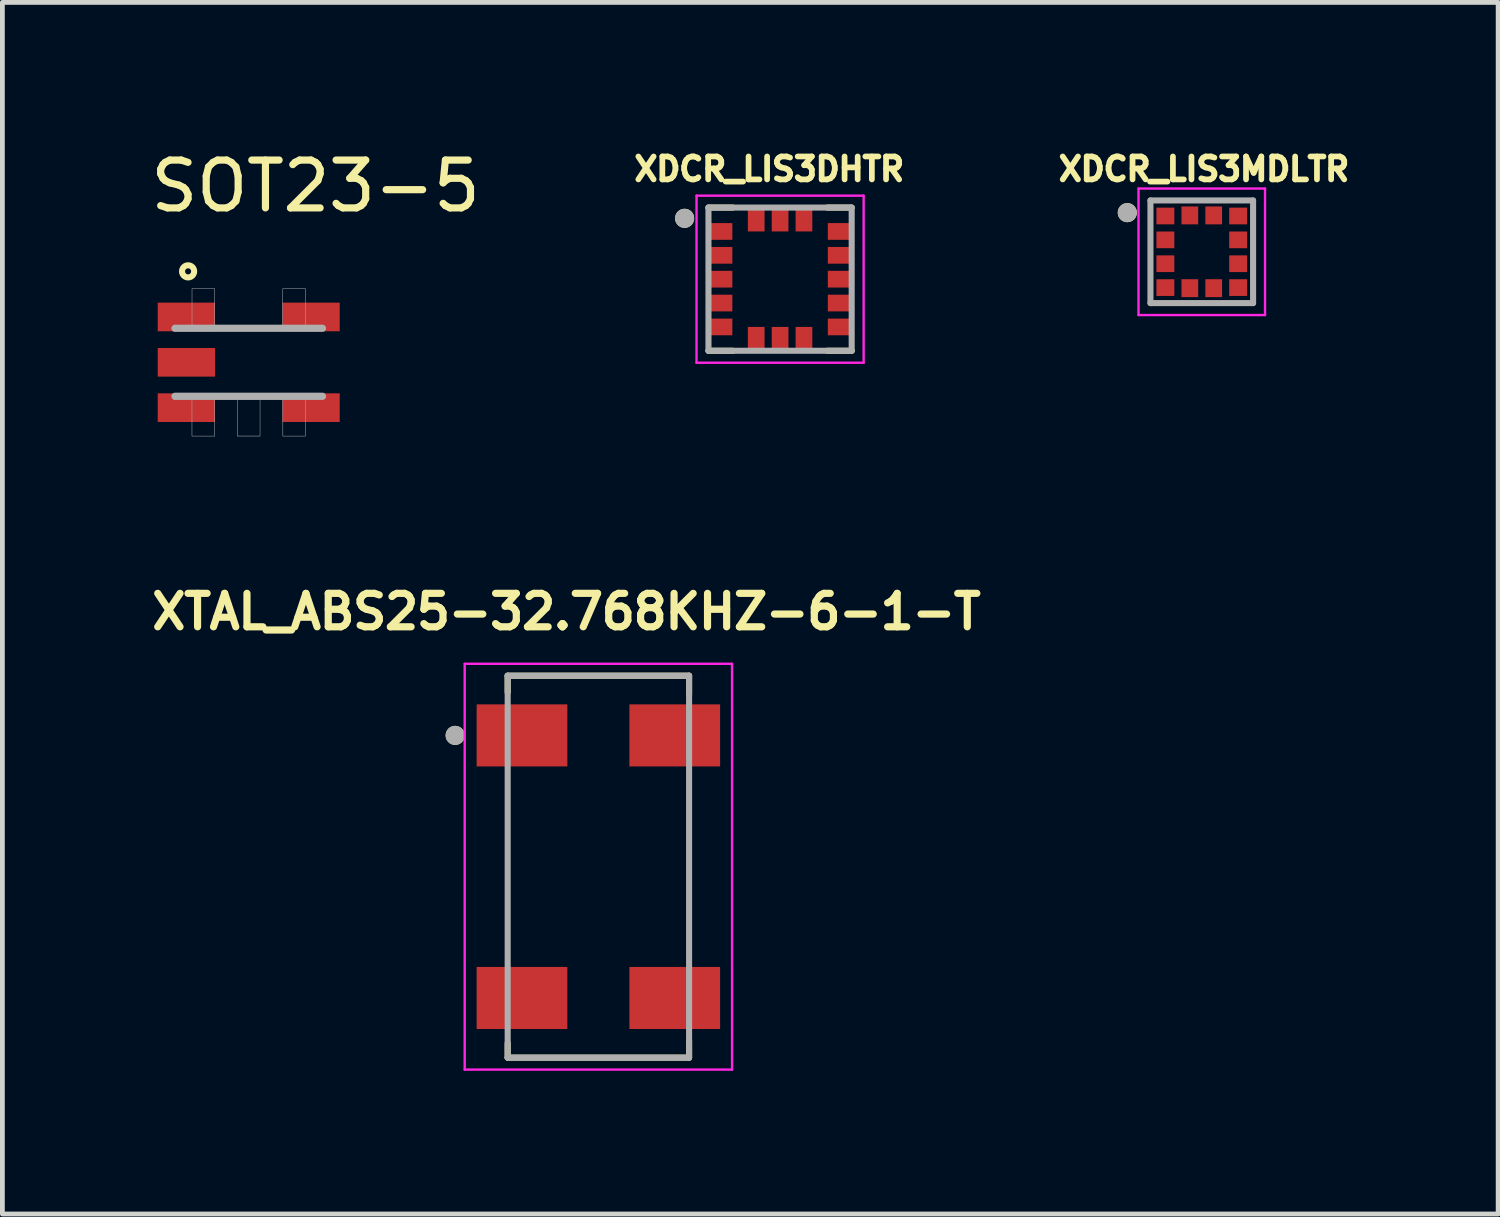
<source format=kicad_pcb>
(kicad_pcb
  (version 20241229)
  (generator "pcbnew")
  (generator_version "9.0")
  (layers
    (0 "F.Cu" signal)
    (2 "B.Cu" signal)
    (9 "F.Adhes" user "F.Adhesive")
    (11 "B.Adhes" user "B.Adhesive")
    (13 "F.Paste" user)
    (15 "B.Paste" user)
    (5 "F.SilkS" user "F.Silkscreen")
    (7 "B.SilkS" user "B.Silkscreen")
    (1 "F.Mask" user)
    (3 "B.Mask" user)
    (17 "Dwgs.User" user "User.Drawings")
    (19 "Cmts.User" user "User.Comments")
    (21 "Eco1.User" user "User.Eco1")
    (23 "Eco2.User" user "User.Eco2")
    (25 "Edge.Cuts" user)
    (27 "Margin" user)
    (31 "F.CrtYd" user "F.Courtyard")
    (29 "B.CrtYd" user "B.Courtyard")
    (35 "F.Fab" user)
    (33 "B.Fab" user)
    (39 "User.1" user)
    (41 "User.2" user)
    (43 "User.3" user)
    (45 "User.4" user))
  (footprint "XDCR_LIS3DHTR"
    (layer "F.Cu")
    (at 13.29 2.798)
    (property "Reference" "XDCR_LIS3DHTR" (at -0.226 -2.306 0) (layer "F.SilkS") (effects (font (size 0.48 0.48) (thickness 0.15))))
    (attr through_hole)
    (fp_poly (pts (xy -1.5 -1.225) (xy -0.95 -1.225) (xy -0.95 -0.775) (xy -1.5 -0.775)) (stroke (width 0.01) (type solid)) (fill yes) (layer "F.Mask"))
    (fp_poly (pts (xy -1.5 -0.725) (xy -0.95 -0.725) (xy -0.95 -0.275) (xy -1.5 -0.275)) (stroke (width 0.01) (type solid)) (fill yes) (layer "F.Mask"))
    (fp_poly (pts (xy -1.5 -0.225) (xy -0.95 -0.225) (xy -0.95 0.225) (xy -1.5 0.225)) (stroke (width 0.01) (type solid)) (fill yes) (layer "F.Mask"))
    (fp_poly (pts (xy -1.5 0.275) (xy -0.95 0.275) (xy -0.95 0.725) (xy -1.5 0.725)) (stroke (width 0.01) (type solid)) (fill yes) (layer "F.Mask"))
    (fp_poly (pts (xy -1.5 0.775) (xy -0.95 0.775) (xy -0.95 1.225) (xy -1.5 1.225)) (stroke (width 0.01) (type solid)) (fill yes) (layer "F.Mask"))
    (fp_poly (pts (xy -0.775 -1.45) (xy -0.225 -1.45) (xy -0.225 -1) (xy -0.775 -1)) (stroke (width 0.01) (type solid)) (fill yes) (layer "F.Mask"))
    (fp_poly (pts (xy -0.775 1) (xy -0.225 1) (xy -0.225 1.45) (xy -0.775 1.45)) (stroke (width 0.01) (type solid)) (fill yes) (layer "F.Mask"))
    (fp_poly (pts (xy -0.275 -1.45) (xy 0.275 -1.45) (xy 0.275 -1) (xy -0.275 -1)) (stroke (width 0.01) (type solid)) (fill yes) (layer "F.Mask"))
    (fp_poly (pts (xy -0.275 1) (xy 0.275 1) (xy 0.275 1.45) (xy -0.275 1.45)) (stroke (width 0.01) (type solid)) (fill yes) (layer "F.Mask"))
    (fp_poly (pts (xy 0.225 -1.45) (xy 0.775 -1.45) (xy 0.775 -1) (xy 0.225 -1)) (stroke (width 0.01) (type solid)) (fill yes) (layer "F.Mask"))
    (fp_poly (pts (xy 0.225 1) (xy 0.775 1) (xy 0.775 1.45) (xy 0.225 1.45)) (stroke (width 0.01) (type solid)) (fill yes) (layer "F.Mask"))
    (fp_poly (pts (xy 0.95 -1.225) (xy 1.5 -1.225) (xy 1.5 -0.775) (xy 0.95 -0.775)) (stroke (width 0.01) (type solid)) (fill yes) (layer "F.Mask"))
    (fp_poly (pts (xy 0.95 -0.725) (xy 1.5 -0.725) (xy 1.5 -0.275) (xy 0.95 -0.275)) (stroke (width 0.01) (type solid)) (fill yes) (layer "F.Mask"))
    (fp_poly (pts (xy 0.95 -0.225) (xy 1.5 -0.225) (xy 1.5 0.225) (xy 0.95 0.225)) (stroke (width 0.01) (type solid)) (fill yes) (layer "F.Mask"))
    (fp_poly (pts (xy 0.95 0.275) (xy 1.5 0.275) (xy 1.5 0.725) (xy 0.95 0.725)) (stroke (width 0.01) (type solid)) (fill yes) (layer "F.Mask"))
    (fp_poly (pts (xy 0.95 0.775) (xy 1.5 0.775) (xy 1.5 1.225) (xy 0.95 1.225)) (stroke (width 0.01) (type solid)) (fill yes) (layer "F.Mask"))
    (fp_line (start -1.5 1.5) (end -0.99 1.5) (stroke (width 0.127) (type solid)) (layer "F.SilkS"))
    (fp_line (start -0.99 -1.5) (end -1.5 -1.5) (stroke (width 0.127) (type solid)) (layer "F.SilkS"))
    (fp_line (start 0.99 -1.5) (end 1.5 -1.5) (stroke (width 0.127) (type solid)) (layer "F.SilkS"))
    (fp_line (start 0.99 1.5) (end 1.5 1.5) (stroke (width 0.127) (type solid)) (layer "F.SilkS"))
    (fp_circle (center -2 -1.275) (end -1.9 -1.275) (stroke (width 0.2) (type solid)) (fill no) (layer "F.SilkS"))
    (fp_poly (pts (xy -1.405 -1.14) (xy -1.045 -1.14) (xy -1.045 -0.86) (xy -1.405 -0.86)) (stroke (width 0.01) (type solid)) (fill yes) (layer "F.Paste"))
    (fp_poly (pts (xy -1.405 -0.64) (xy -1.045 -0.64) (xy -1.045 -0.36) (xy -1.405 -0.36)) (stroke (width 0.01) (type solid)) (fill yes) (layer "F.Paste"))
    (fp_poly (pts (xy -1.405 -0.14) (xy -1.045 -0.14) (xy -1.045 0.14) (xy -1.405 0.14)) (stroke (width 0.01) (type solid)) (fill yes) (layer "F.Paste"))
    (fp_poly (pts (xy -1.405 0.36) (xy -1.045 0.36) (xy -1.045 0.64) (xy -1.405 0.64)) (stroke (width 0.01) (type solid)) (fill yes) (layer "F.Paste"))
    (fp_poly (pts (xy -1.405 0.86) (xy -1.045 0.86) (xy -1.045 1.14) (xy -1.405 1.14)) (stroke (width 0.01) (type solid)) (fill yes) (layer "F.Paste"))
    (fp_poly (pts (xy -0.68 -1.365) (xy -0.32 -1.365) (xy -0.32 -1.085) (xy -0.68 -1.085)) (stroke (width 0.01) (type solid)) (fill yes) (layer "F.Paste"))
    (fp_poly (pts (xy -0.68 1.085) (xy -0.32 1.085) (xy -0.32 1.365) (xy -0.68 1.365)) (stroke (width 0.01) (type solid)) (fill yes) (layer "F.Paste"))
    (fp_poly (pts (xy -0.18 -1.365) (xy 0.18 -1.365) (xy 0.18 -1.085) (xy -0.18 -1.085)) (stroke (width 0.01) (type solid)) (fill yes) (layer "F.Paste"))
    (fp_poly (pts (xy -0.18 1.085) (xy 0.18 1.085) (xy 0.18 1.365) (xy -0.18 1.365)) (stroke (width 0.01) (type solid)) (fill yes) (layer "F.Paste"))
    (fp_poly (pts (xy 0.32 -1.365) (xy 0.68 -1.365) (xy 0.68 -1.085) (xy 0.32 -1.085)) (stroke (width 0.01) (type solid)) (fill yes) (layer "F.Paste"))
    (fp_poly (pts (xy 0.32 1.085) (xy 0.68 1.085) (xy 0.68 1.365) (xy 0.32 1.365)) (stroke (width 0.01) (type solid)) (fill yes) (layer "F.Paste"))
    (fp_poly (pts (xy 1.045 -1.14) (xy 1.405 -1.14) (xy 1.405 -0.86) (xy 1.045 -0.86)) (stroke (width 0.01) (type solid)) (fill yes) (layer "F.Paste"))
    (fp_poly (pts (xy 1.045 -0.64) (xy 1.405 -0.64) (xy 1.405 -0.36) (xy 1.045 -0.36)) (stroke (width 0.01) (type solid)) (fill yes) (layer "F.Paste"))
    (fp_poly (pts (xy 1.045 -0.14) (xy 1.405 -0.14) (xy 1.405 0.14) (xy 1.045 0.14)) (stroke (width 0.01) (type solid)) (fill yes) (layer "F.Paste"))
    (fp_poly (pts (xy 1.045 0.36) (xy 1.405 0.36) (xy 1.405 0.64) (xy 1.045 0.64)) (stroke (width 0.01) (type solid)) (fill yes) (layer "F.Paste"))
    (fp_poly (pts (xy 1.045 0.86) (xy 1.405 0.86) (xy 1.405 1.14) (xy 1.045 1.14)) (stroke (width 0.01) (type solid)) (fill yes) (layer "F.Paste"))
    (fp_line (start -1.75 -1.75) (end -1.75 1.75) (stroke (width 0.05) (type solid)) (layer "F.CrtYd"))
    (fp_line (start -1.75 1.75) (end 1.75 1.75) (stroke (width 0.05) (type solid)) (layer "F.CrtYd"))
    (fp_line (start 1.75 -1.75) (end -1.75 -1.75) (stroke (width 0.05) (type solid)) (layer "F.CrtYd"))
    (fp_line (start 1.75 1.75) (end 1.75 -1.75) (stroke (width 0.05) (type solid)) (layer "F.CrtYd"))
    (fp_line (start -1.5 -1.5) (end -1.5 1.5) (stroke (width 0.127) (type solid)) (layer "F.Fab"))
    (fp_line (start -1.5 1.5) (end 1.5 1.5) (stroke (width 0.127) (type solid)) (layer "F.Fab"))
    (fp_line (start 1.5 -1.5) (end -1.5 -1.5) (stroke (width 0.127) (type solid)) (layer "F.Fab"))
    (fp_line (start 1.5 1.5) (end 1.5 -1.5) (stroke (width 0.127) (type solid)) (layer "F.Fab"))
    (fp_circle (center -2 -1.275) (end -1.9 -1.275) (stroke (width 0.2) (type solid)) (fill no) (layer "F.Fab"))
    (pad "1" smd rect (at -1.225 -1) (size 0.45 0.35) (layers "F.Cu"))
    (pad "2" smd rect (at -1.225 -0.5) (size 0.45 0.35) (layers "F.Cu"))
    (pad "3" smd rect (at -1.225 0) (size 0.45 0.35) (layers "F.Cu"))
    (pad "4" smd rect (at -1.225 0.5) (size 0.45 0.35) (layers "F.Cu"))
    (pad "5" smd rect (at -1.225 1) (size 0.45 0.35) (layers "F.Cu"))
    (pad "6" smd rect (at -0.5 1.225) (size 0.35 0.45) (layers "F.Cu"))
    (pad "7" smd rect (at 0 1.225) (size 0.35 0.45) (layers "F.Cu"))
    (pad "8" smd rect (at 0.5 1.225) (size 0.35 0.45) (layers "F.Cu"))
    (pad "9" smd rect (at 1.225 1) (size 0.45 0.35) (layers "F.Cu"))
    (pad "10" smd rect (at 1.225 0.5) (size 0.45 0.35) (layers "F.Cu"))
    (pad "11" smd rect (at 1.225 0) (size 0.45 0.35) (layers "F.Cu"))
    (pad "12" smd rect (at 1.225 -0.5) (size 0.45 0.35) (layers "F.Cu"))
    (pad "13" smd rect (at 1.225 -1) (size 0.45 0.35) (layers "F.Cu"))
    (pad "14" smd rect (at 0.5 -1.225) (size 0.35 0.45) (layers "F.Cu"))
    (pad "15" smd rect (at 0 -1.225) (size 0.35 0.45) (layers "F.Cu"))
    (pad "16" smd rect (at -0.5 -1.225) (size 0.35 0.45) (layers "F.Cu")))
  (footprint "XDCR_LIS3MDLTR"
    (layer "F.Cu")
    (at 22.123 2.224)
    (property "Reference" "XDCR_LIS3MDLTR" (at 0.047 -1.732 0) (layer "F.SilkS") (effects (font (size 0.48 0.48) (thickness 0.15))))
    (attr through_hole)
    (fp_poly (pts (xy -1 -0.975) (xy -0.525 -0.975) (xy -0.525 -0.525) (xy -1 -0.525)) (stroke (width 0.01) (type solid)) (fill yes) (layer "F.Mask"))
    (fp_poly (pts (xy -1 -0.475) (xy -0.525 -0.475) (xy -0.525 -0.025) (xy -1 -0.025)) (stroke (width 0.01) (type solid)) (fill yes) (layer "F.Mask"))
    (fp_poly (pts (xy -1 0.025) (xy -0.525 0.025) (xy -0.525 0.475) (xy -1 0.475)) (stroke (width 0.01) (type solid)) (fill yes) (layer "F.Mask"))
    (fp_poly (pts (xy -1 0.525) (xy -0.525 0.525) (xy -0.525 0.975) (xy -1 0.975)) (stroke (width 0.01) (type solid)) (fill yes) (layer "F.Mask"))
    (fp_poly (pts (xy -0.475 -1) (xy -0.025 -1) (xy -0.025 -0.525) (xy -0.475 -0.525)) (stroke (width 0.01) (type solid)) (fill yes) (layer "F.Mask"))
    (fp_poly (pts (xy -0.475 0.525) (xy -0.025 0.525) (xy -0.025 1) (xy -0.475 1)) (stroke (width 0.01) (type solid)) (fill yes) (layer "F.Mask"))
    (fp_poly (pts (xy 0.025 -1) (xy 0.475 -1) (xy 0.475 -0.525) (xy 0.025 -0.525)) (stroke (width 0.01) (type solid)) (fill yes) (layer "F.Mask"))
    (fp_poly (pts (xy 0.025 0.525) (xy 0.475 0.525) (xy 0.475 1) (xy 0.025 1)) (stroke (width 0.01) (type solid)) (fill yes) (layer "F.Mask"))
    (fp_poly (pts (xy 0.525 -0.975) (xy 1 -0.975) (xy 1 -0.525) (xy 0.525 -0.525)) (stroke (width 0.01) (type solid)) (fill yes) (layer "F.Mask"))
    (fp_poly (pts (xy 0.525 -0.475) (xy 1 -0.475) (xy 1 -0.025) (xy 0.525 -0.025)) (stroke (width 0.01) (type solid)) (fill yes) (layer "F.Mask"))
    (fp_poly (pts (xy 0.525 0.025) (xy 1 0.025) (xy 1 0.475) (xy 0.525 0.475)) (stroke (width 0.01) (type solid)) (fill yes) (layer "F.Mask"))
    (fp_poly (pts (xy 0.525 0.525) (xy 1 0.525) (xy 1 0.975) (xy 0.525 0.975)) (stroke (width 0.01) (type solid)) (fill yes) (layer "F.Mask"))
    (fp_circle (center -1.56 -0.82) (end -1.46 -0.82) (stroke (width 0.2) (type solid)) (fill no) (layer "F.SilkS"))
    (fp_line (start -1.325 -1.325) (end -1.325 1.325) (stroke (width 0.05) (type solid)) (layer "F.CrtYd"))
    (fp_line (start -1.325 1.325) (end 1.325 1.325) (stroke (width 0.05) (type solid)) (layer "F.CrtYd"))
    (fp_line (start 1.325 -1.325) (end -1.325 -1.325) (stroke (width 0.05) (type solid)) (layer "F.CrtYd"))
    (fp_line (start 1.325 1.325) (end 1.325 -1.325) (stroke (width 0.05) (type solid)) (layer "F.CrtYd"))
    (fp_line (start -1.075 -1.075) (end -1.075 1.075) (stroke (width 0.127) (type solid)) (layer "F.Fab"))
    (fp_line (start -1.075 1.075) (end 1.075 1.075) (stroke (width 0.127) (type solid)) (layer "F.Fab"))
    (fp_line (start 1.075 -1.075) (end -1.075 -1.075) (stroke (width 0.127) (type solid)) (layer "F.Fab"))
    (fp_line (start 1.075 1.075) (end 1.075 -1.075) (stroke (width 0.127) (type solid)) (layer "F.Fab"))
    (fp_circle (center -1.56 -0.82) (end -1.46 -0.82) (stroke (width 0.2) (type solid)) (fill no) (layer "F.Fab"))
    (pad "1" smd rect (at -0.762 -0.75) (size 0.375 0.35) (layers "F.Cu" "F.Paste"))
    (pad "2" smd rect (at -0.762 -0.25) (size 0.375 0.35) (layers "F.Cu" "F.Paste"))
    (pad "3" smd rect (at -0.762 0.25) (size 0.375 0.35) (layers "F.Cu" "F.Paste"))
    (pad "4" smd rect (at -0.762 0.75) (size 0.375 0.35) (layers "F.Cu" "F.Paste"))
    (pad "5" smd rect (at -0.25 0.762) (size 0.35 0.375) (layers "F.Cu" "F.Paste"))
    (pad "6" smd rect (at 0.25 0.762) (size 0.35 0.375) (layers "F.Cu" "F.Paste"))
    (pad "7" smd rect (at 0.762 0.75) (size 0.375 0.35) (layers "F.Cu" "F.Paste"))
    (pad "8" smd rect (at 0.762 0.25) (size 0.375 0.35) (layers "F.Cu" "F.Paste"))
    (pad "9" smd rect (at 0.762 -0.25) (size 0.375 0.35) (layers "F.Cu" "F.Paste"))
    (pad "10" smd rect (at 0.762 -0.75) (size 0.375 0.35) (layers "F.Cu" "F.Paste"))
    (pad "11" smd rect (at 0.25 -0.762) (size 0.35 0.375) (layers "F.Cu" "F.Paste"))
    (pad "12" smd rect (at -0.25 -0.762) (size 0.35 0.375) (layers "F.Cu" "F.Paste")))
  (footprint "SOT23-5"
    (layer "F.Cu")
    (at 2.16 4.539)
    (property "Reference" "SOT23-5" (at 1.4 -3.69 0) (layer "F.SilkS") (effects (font (size 1.002 1.002) (thickness 0.15))))
    (attr through_hole)
    (fp_circle (center -1.27 -1.905) (end -1.143 -1.905) (stroke (width 0.127) (type solid)) (fill no) (layer "F.SilkS"))
    (fp_line (start -1.544 -0.713) (end 1.544 -0.713) (stroke (width 0.152) (type solid)) (layer "F.Fab"))
    (fp_line (start 1.544 0.712) (end -1.544 0.712) (stroke (width 0.152) (type solid)) (layer "F.Fab"))
    (fp_poly (pts (xy -1.189 0.712) (xy -0.713 0.712) (xy -0.713 1.546) (xy -1.189 1.546)) (stroke (width 0.01) (type solid)) (fill no) (layer "F.Fab"))
    (fp_poly (pts (xy -1.188 -1.544) (xy -0.713 -1.544) (xy -0.713 -0.713) (xy -1.188 -0.713)) (stroke (width 0.01) (type solid)) (fill no) (layer "F.Fab"))
    (fp_poly (pts (xy -0.238 0.712) (xy 0.237 0.712) (xy 0.237 1.545) (xy -0.238 1.545)) (stroke (width 0.01) (type solid)) (fill no) (layer "F.Fab"))
    (fp_poly (pts (xy 0.713 -1.544) (xy 1.188 -1.544) (xy 1.188 -0.713) (xy 0.713 -0.713)) (stroke (width 0.01) (type solid)) (fill no) (layer "F.Fab"))
    (fp_poly (pts (xy 0.714 0.712) (xy 1.188 0.712) (xy 1.188 1.546) (xy 0.714 1.546)) (stroke (width 0.01) (type solid)) (fill no) (layer "F.Fab"))
    (pad "1" smd rect (at -1.306 -0.95) (size 1.2 0.6) (layers "F.Cu" "F.Mask" "F.Paste"))
    (pad "2" smd rect (at -1.306 0) (size 1.2 0.6) (layers "F.Cu" "F.Mask" "F.Paste"))
    (pad "3" smd rect (at -1.306 0.95) (size 1.2 0.6) (layers "F.Cu" "F.Mask" "F.Paste"))
    (pad "4" smd rect (at 1.306 0.95) (size 1.2 0.6) (layers "F.Cu" "F.Mask" "F.Paste"))
    (pad "5" smd rect (at 1.306 -0.95) (size 1.2 0.6) (layers "F.Cu" "F.Mask" "F.Paste")))
  (footprint "XTAL_ABS25-32.768KHZ-6-1-T"
    (layer "F.Cu")
    (at 9.484 15.104)
    (property "Reference" "XTAL_ABS25-32.768KHZ-6-1-T" (at -0.668 -5.341 0) (layer "F.SilkS") (effects (font (size 0.701 0.701) (thickness 0.15))))
    (attr through_hole)
    (fp_line (start -1.9 -4) (end -1.9 -3.65) (stroke (width 0.127) (type solid)) (layer "F.SilkS"))
    (fp_line (start -1.9 4) (end -1.9 3.7) (stroke (width 0.127) (type solid)) (layer "F.SilkS"))
    (fp_line (start 1.9 -4) (end -1.9 -4) (stroke (width 0.127) (type solid)) (layer "F.SilkS"))
    (fp_line (start 1.9 -3.6) (end 1.9 -4) (stroke (width 0.127) (type solid)) (layer "F.SilkS"))
    (fp_line (start 1.9 3.65) (end 1.9 4) (stroke (width 0.127) (type solid)) (layer "F.SilkS"))
    (fp_line (start 1.9 4) (end -1.9 4) (stroke (width 0.127) (type solid)) (layer "F.SilkS"))
    (fp_circle (center -3 -2.75) (end -2.9 -2.75) (stroke (width 0.2) (type solid)) (fill no) (layer "F.SilkS"))
    (fp_line (start -2.8 -4.25) (end -2.8 4.25) (stroke (width 0.05) (type solid)) (layer "F.CrtYd"))
    (fp_line (start -2.8 4.25) (end 2.8 4.25) (stroke (width 0.05) (type solid)) (layer "F.CrtYd"))
    (fp_line (start 2.8 -4.25) (end -2.8 -4.25) (stroke (width 0.05) (type solid)) (layer "F.CrtYd"))
    (fp_line (start 2.8 4.25) (end 2.8 -4.25) (stroke (width 0.05) (type solid)) (layer "F.CrtYd"))
    (fp_line (start -1.9 -4) (end -1.9 4) (stroke (width 0.127) (type solid)) (layer "F.Fab"))
    (fp_line (start -1.9 4) (end 1.9 4) (stroke (width 0.127) (type solid)) (layer "F.Fab"))
    (fp_line (start 1.9 -4) (end -1.9 -4) (stroke (width 0.127) (type solid)) (layer "F.Fab"))
    (fp_line (start 1.9 4) (end 1.9 -4) (stroke (width 0.127) (type solid)) (layer "F.Fab"))
    (fp_circle (center -3 -2.75) (end -2.9 -2.75) (stroke (width 0.2) (type solid)) (fill no) (layer "F.Fab"))
    (pad "1" smd rect (at -1.6 -2.75) (size 1.9 1.3) (layers "F.Cu" "F.Mask" "F.Paste"))
    (pad "2" smd rect (at -1.6 2.75) (size 1.9 1.3) (layers "F.Cu" "F.Mask" "F.Paste"))
    (pad "3" smd rect (at 1.6 2.75) (size 1.9 1.3) (layers "F.Cu" "F.Mask" "F.Paste"))
    (pad "4" smd rect (at 1.6 -2.75) (size 1.9 1.3) (layers "F.Cu" "F.Mask" "F.Paste")))
  (gr_rect
    (start -3 -3)
    (end 28.331 22.379)
    (stroke (width 0.1) (type default))
    (fill no)
    (layer "Edge.Cuts")))
</source>
